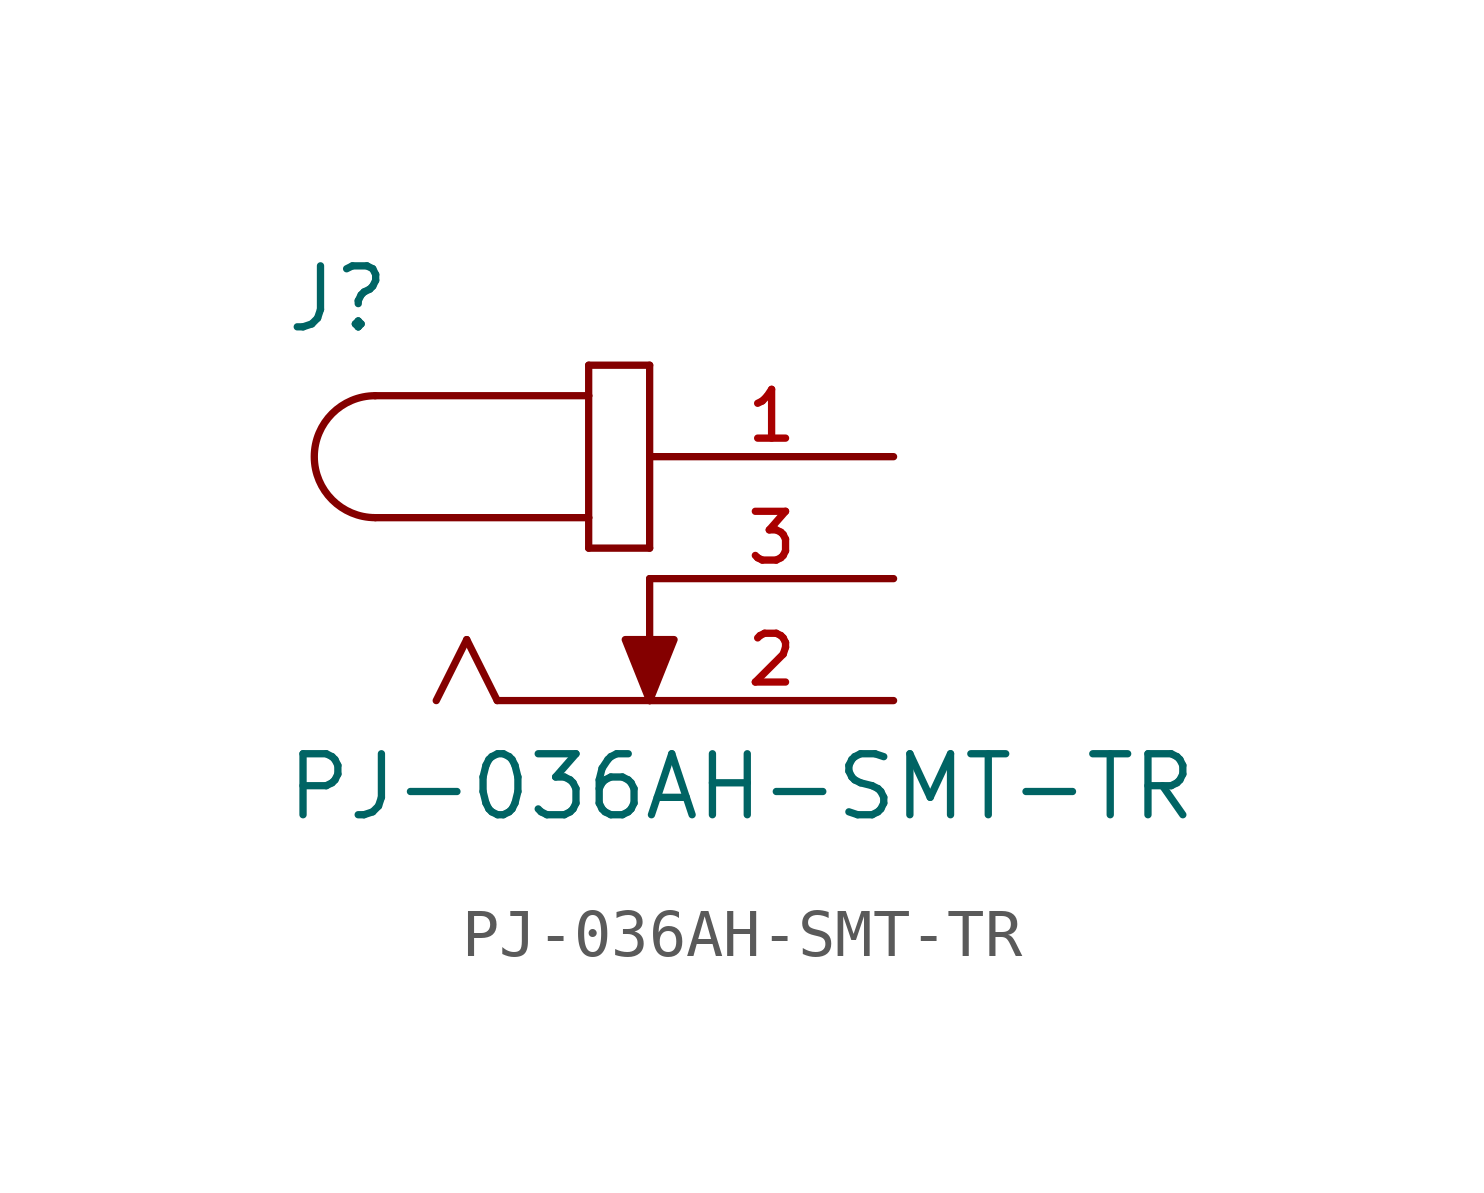
<source format=kicad_sym>
(kicad_symbol_lib
  (version 20211014)
  (generator kicad_symbol_editor)
  (symbol "PJ-036AH-SMT-TR"
    (pin_names
      (offset 1.016))
    (property "Reference" "J"
      (at -7.621 5.081 0)
      (effects (font (size 1.27 1.27)) (justify bottom left)))
    (property "Value" "PJ-036AH-SMT-TR"
      (at -7.622 -5.081 0)
      (effects (font (size 1.27 1.27)) (justify bottom left)))
    (symbol "PJ-036AH-SMT-TR_0_0"
      (arc (start -5.715 3.81) (mid -6.985 2.54) (end -5.715 1.27) (stroke (width 0.1524) (type default) (color 0 0 0 0)) (fill (type none)))
      (polyline (pts (xy -5.715 3.81) (xy -1.27 3.81)) (stroke (width 0.152)))
      (polyline (pts (xy -1.27 3.81) (xy -1.27 1.27)) (stroke (width 0.152)))
      (polyline (pts (xy -1.27 1.27) (xy -5.715 1.27)) (stroke (width 0.152)))
      (polyline (pts (xy -1.27 1.27) (xy -1.27 0.635)) (stroke (width 0.152)))
      (polyline (pts (xy -1.27 0.635) (xy 0.0 0.635)) (stroke (width 0.152)))
      (polyline (pts (xy 0.0 0.635) (xy 0.0 4.445)) (stroke (width 0.152)))
      (polyline (pts (xy 0.0 4.445) (xy -1.27 4.445)) (stroke (width 0.152)))
      (polyline (pts (xy -1.27 4.445) (xy -1.27 3.81)) (stroke (width 0.152)))
      (polyline (pts (xy 0.0 -2.54) (xy -3.175 -2.54)) (stroke (width 0.152)))
      (polyline (pts (xy -3.175 -2.54) (xy -3.81 -1.27)) (stroke (width 0.152)))
      (polyline (pts (xy -3.81 -1.27) (xy -4.445 -2.54)) (stroke (width 0.152)))
      (polyline (pts (xy 0.0 0.0) (xy 0.0 -2.54)) (stroke (width 0.152)))
      (polyline (pts (xy 0.0 -2.54) (xy -0.508 -1.27) (xy 0.508 -1.27) (xy 0.0 -2.54)) (stroke (width 0.152)) (fill (type outline)))
      (pin passive line (at 5.08 2.54 180.0) (length 5.08) (name "~" (effects (font (size 1.016 1.016)))) (number "1" (effects (font (size 1.016 1.016)))))
      (pin passive line (at 5.08 0.0 180.0) (length 5.08) (name "~" (effects (font (size 1.016 1.016)))) (number "3" (effects (font (size 1.016 1.016)))))
      (pin passive line (at 5.08 -2.54 180.0) (length 5.08) (name "~" (effects (font (size 1.016 1.016)))) (number "2" (effects (font (size 1.016 1.016))))))))
</source>
